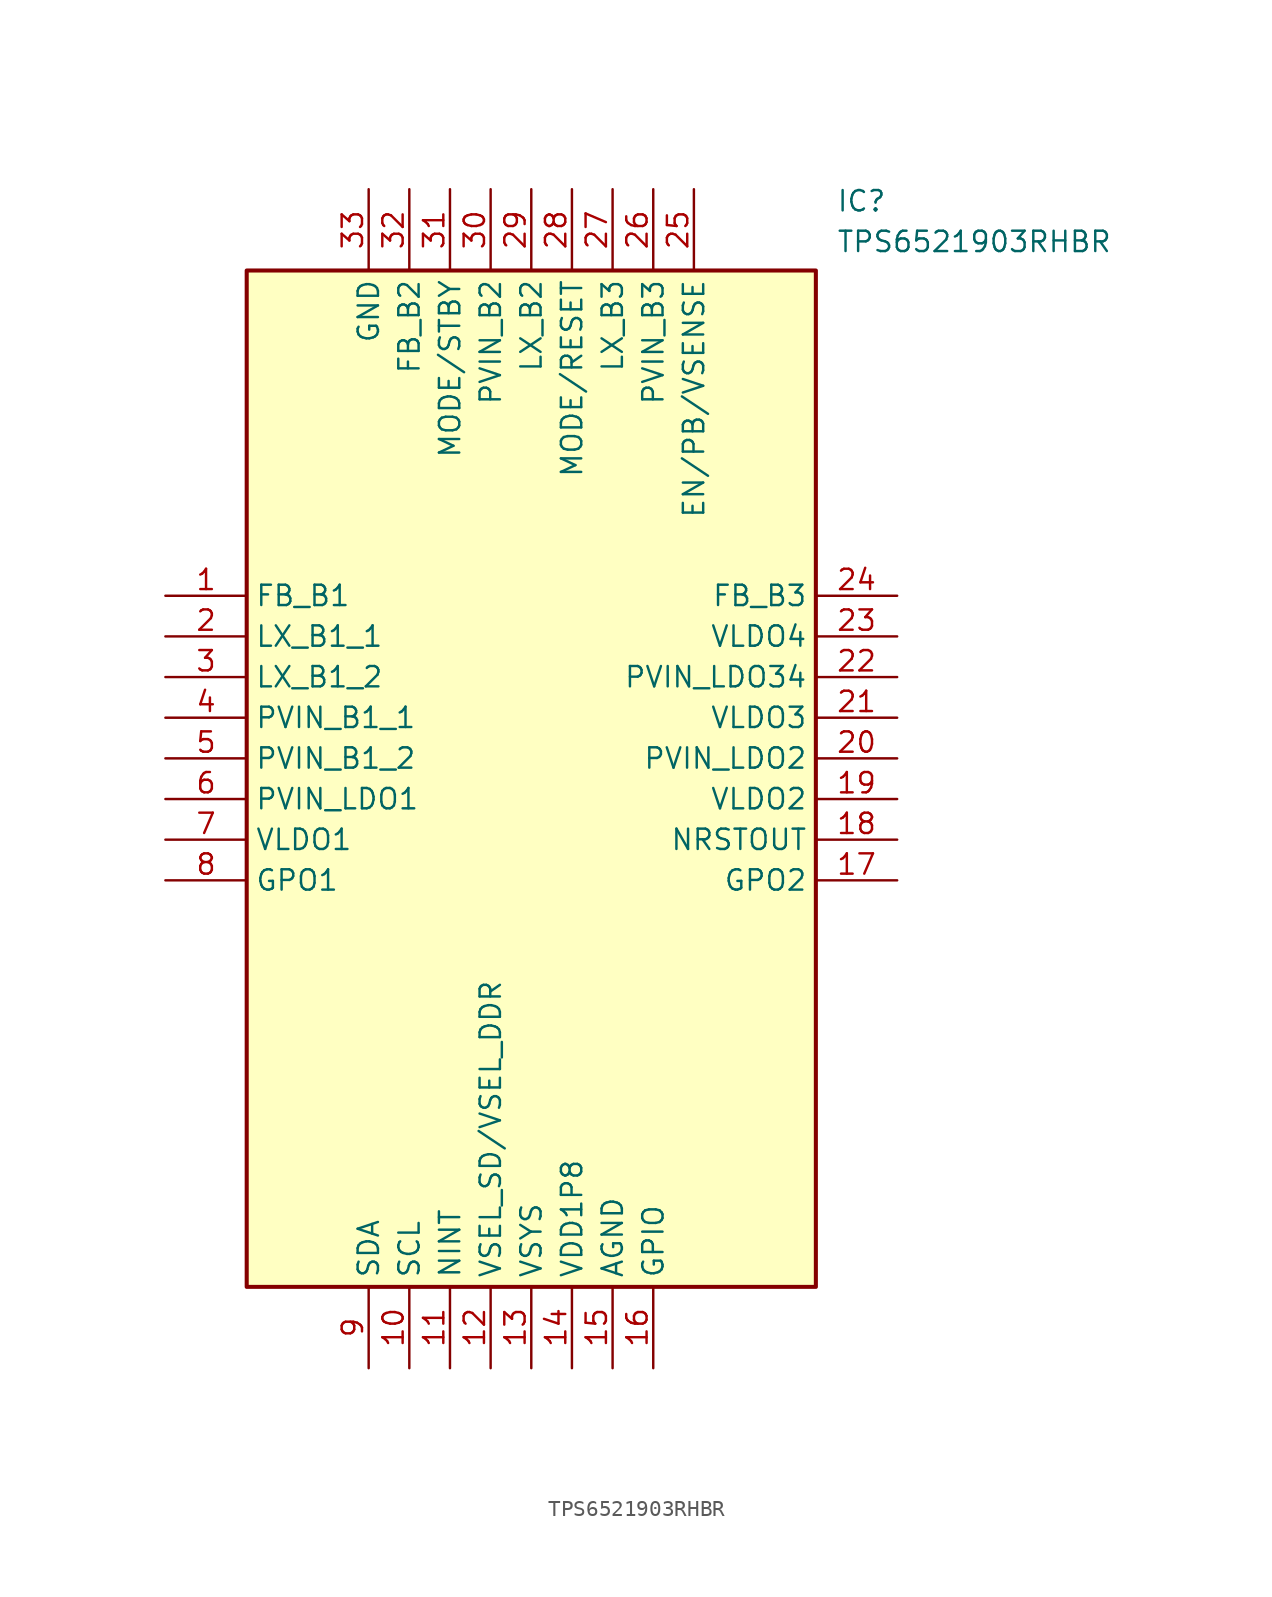
<source format=kicad_sym>
(kicad_symbol_lib
  (version 20211014)
  (generator SamacSys_ECAD_Model)
  (symbol "TPS6521903RHBR"
    (property "Reference" "IC"
      (at 41.91 25.4 0)
      (effects (font (size 1.27 1.27)) (justify left top)))
    (property "Value" "TPS6521903RHBR"
      (at 41.91 22.86 0)
      (effects (font (size 1.27 1.27)) (justify left top)))
    (rectangle
      (start 5.08 20.32)
      (end 40.64 -43.18)
      (stroke (width 0.254) (type default))
      (fill (type background)))
    (pin passive line
      (at 0 0 0)
      (length 5.08)
      (name "FB_B1" (effects (font (size 1.27 1.27))))
      (number "1" (effects (font (size 1.27 1.27)))))
    (pin passive line
      (at 0 -2.54 0)
      (length 5.08)
      (name "LX_B1_1" (effects (font (size 1.27 1.27))))
      (number "2" (effects (font (size 1.27 1.27)))))
    (pin passive line
      (at 0 -5.08 0)
      (length 5.08)
      (name "LX_B1_2" (effects (font (size 1.27 1.27))))
      (number "3" (effects (font (size 1.27 1.27)))))
    (pin passive line
      (at 0 -7.62 0)
      (length 5.08)
      (name "PVIN_B1_1" (effects (font (size 1.27 1.27))))
      (number "4" (effects (font (size 1.27 1.27)))))
    (pin passive line
      (at 0 -10.16 0)
      (length 5.08)
      (name "PVIN_B1_2" (effects (font (size 1.27 1.27))))
      (number "5" (effects (font (size 1.27 1.27)))))
    (pin passive line
      (at 0 -12.7 0)
      (length 5.08)
      (name "PVIN_LDO1" (effects (font (size 1.27 1.27))))
      (number "6" (effects (font (size 1.27 1.27)))))
    (pin passive line
      (at 0 -15.24 0)
      (length 5.08)
      (name "VLDO1" (effects (font (size 1.27 1.27))))
      (number "7" (effects (font (size 1.27 1.27)))))
    (pin passive line
      (at 0 -17.78 0)
      (length 5.08)
      (name "GPO1" (effects (font (size 1.27 1.27))))
      (number "8" (effects (font (size 1.27 1.27)))))
    (pin passive line
      (at 12.7 -48.26 90)
      (length 5.08)
      (name "SDA" (effects (font (size 1.27 1.27))))
      (number "9" (effects (font (size 1.27 1.27)))))
    (pin passive line
      (at 15.24 -48.26 90)
      (length 5.08)
      (name "SCL" (effects (font (size 1.27 1.27))))
      (number "10" (effects (font (size 1.27 1.27)))))
    (pin passive line
      (at 17.78 -48.26 90)
      (length 5.08)
      (name "NINT" (effects (font (size 1.27 1.27))))
      (number "11" (effects (font (size 1.27 1.27)))))
    (pin passive line
      (at 20.32 -48.26 90)
      (length 5.08)
      (name "VSEL_SD/VSEL_DDR" (effects (font (size 1.27 1.27))))
      (number "12" (effects (font (size 1.27 1.27)))))
    (pin passive line
      (at 22.86 -48.26 90)
      (length 5.08)
      (name "VSYS" (effects (font (size 1.27 1.27))))
      (number "13" (effects (font (size 1.27 1.27)))))
    (pin passive line
      (at 25.4 -48.26 90)
      (length 5.08)
      (name "VDD1P8" (effects (font (size 1.27 1.27))))
      (number "14" (effects (font (size 1.27 1.27)))))
    (pin passive line
      (at 27.94 -48.26 90)
      (length 5.08)
      (name "AGND" (effects (font (size 1.27 1.27))))
      (number "15" (effects (font (size 1.27 1.27)))))
    (pin passive line
      (at 30.48 -48.26 90)
      (length 5.08)
      (name "GPIO" (effects (font (size 1.27 1.27))))
      (number "16" (effects (font (size 1.27 1.27)))))
    (pin passive line
      (at 45.72 0 180)
      (length 5.08)
      (name "FB_B3" (effects (font (size 1.27 1.27))))
      (number "24" (effects (font (size 1.27 1.27)))))
    (pin passive line
      (at 45.72 -2.54 180)
      (length 5.08)
      (name "VLDO4" (effects (font (size 1.27 1.27))))
      (number "23" (effects (font (size 1.27 1.27)))))
    (pin passive line
      (at 45.72 -5.08 180)
      (length 5.08)
      (name "PVIN_LDO34" (effects (font (size 1.27 1.27))))
      (number "22" (effects (font (size 1.27 1.27)))))
    (pin passive line
      (at 45.72 -7.62 180)
      (length 5.08)
      (name "VLDO3" (effects (font (size 1.27 1.27))))
      (number "21" (effects (font (size 1.27 1.27)))))
    (pin passive line
      (at 45.72 -10.16 180)
      (length 5.08)
      (name "PVIN_LDO2" (effects (font (size 1.27 1.27))))
      (number "20" (effects (font (size 1.27 1.27)))))
    (pin passive line
      (at 45.72 -12.7 180)
      (length 5.08)
      (name "VLDO2" (effects (font (size 1.27 1.27))))
      (number "19" (effects (font (size 1.27 1.27)))))
    (pin passive line
      (at 45.72 -15.24 180)
      (length 5.08)
      (name "NRSTOUT" (effects (font (size 1.27 1.27))))
      (number "18" (effects (font (size 1.27 1.27)))))
    (pin passive line
      (at 45.72 -17.78 180)
      (length 5.08)
      (name "GPO2" (effects (font (size 1.27 1.27))))
      (number "17" (effects (font (size 1.27 1.27)))))
    (pin passive line
      (at 12.7 25.4 270)
      (length 5.08)
      (name "GND" (effects (font (size 1.27 1.27))))
      (number "33" (effects (font (size 1.27 1.27)))))
    (pin passive line
      (at 15.24 25.4 270)
      (length 5.08)
      (name "FB_B2" (effects (font (size 1.27 1.27))))
      (number "32" (effects (font (size 1.27 1.27)))))
    (pin passive line
      (at 17.78 25.4 270)
      (length 5.08)
      (name "MODE/STBY" (effects (font (size 1.27 1.27))))
      (number "31" (effects (font (size 1.27 1.27)))))
    (pin passive line
      (at 20.32 25.4 270)
      (length 5.08)
      (name "PVIN_B2" (effects (font (size 1.27 1.27))))
      (number "30" (effects (font (size 1.27 1.27)))))
    (pin passive line
      (at 22.86 25.4 270)
      (length 5.08)
      (name "LX_B2" (effects (font (size 1.27 1.27))))
      (number "29" (effects (font (size 1.27 1.27)))))
    (pin passive line
      (at 25.4 25.4 270)
      (length 5.08)
      (name "MODE/RESET" (effects (font (size 1.27 1.27))))
      (number "28" (effects (font (size 1.27 1.27)))))
    (pin passive line
      (at 27.94 25.4 270)
      (length 5.08)
      (name "LX_B3" (effects (font (size 1.27 1.27))))
      (number "27" (effects (font (size 1.27 1.27)))))
    (pin passive line
      (at 30.48 25.4 270)
      (length 5.08)
      (name "PVIN_B3" (effects (font (size 1.27 1.27))))
      (number "26" (effects (font (size 1.27 1.27)))))
    (pin passive line
      (at 33.02 25.4 270)
      (length 5.08)
      (name "EN/PB/VSENSE" (effects (font (size 1.27 1.27))))
      (number "25" (effects (font (size 1.27 1.27)))))))
</source>
